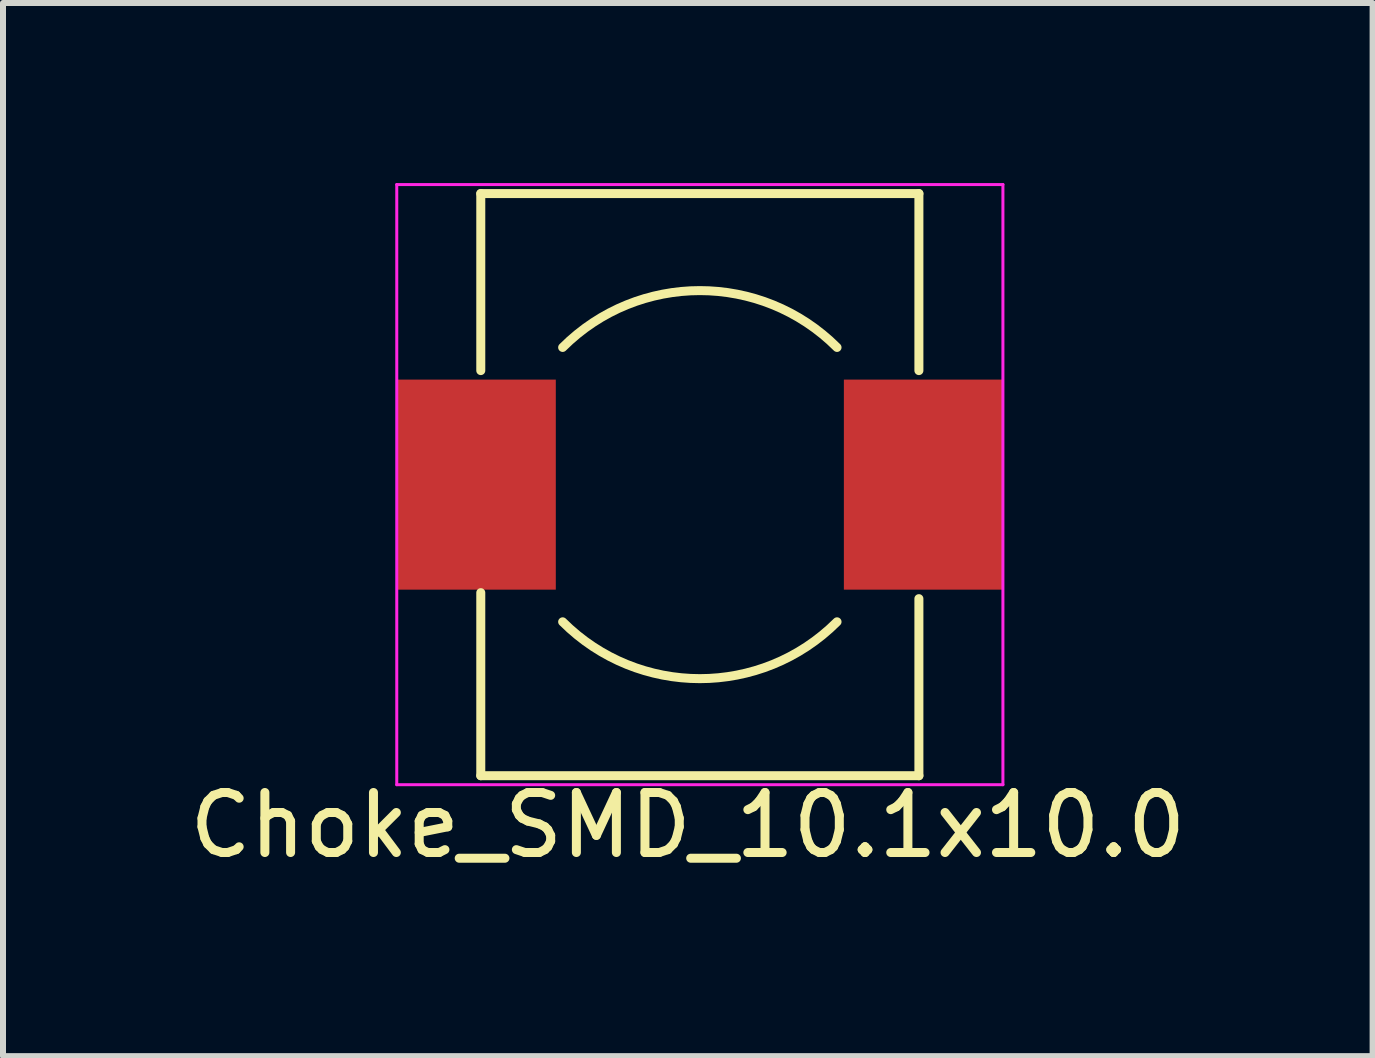
<source format=kicad_pcb>
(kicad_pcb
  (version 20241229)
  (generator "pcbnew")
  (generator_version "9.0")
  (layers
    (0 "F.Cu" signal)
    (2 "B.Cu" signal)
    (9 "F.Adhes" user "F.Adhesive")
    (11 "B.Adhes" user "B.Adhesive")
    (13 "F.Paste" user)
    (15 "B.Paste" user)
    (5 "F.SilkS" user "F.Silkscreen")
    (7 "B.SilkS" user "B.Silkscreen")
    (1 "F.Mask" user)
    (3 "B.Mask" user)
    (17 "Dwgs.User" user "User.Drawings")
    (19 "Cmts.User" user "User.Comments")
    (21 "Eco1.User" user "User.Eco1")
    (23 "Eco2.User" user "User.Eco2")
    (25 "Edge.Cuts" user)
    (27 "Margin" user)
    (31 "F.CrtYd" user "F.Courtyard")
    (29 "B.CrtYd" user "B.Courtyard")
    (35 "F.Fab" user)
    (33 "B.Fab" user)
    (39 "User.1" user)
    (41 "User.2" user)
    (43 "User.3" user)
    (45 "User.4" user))
  (footprint "Choke_SMD_10.1x10.0"
    (layer "F.Cu")
    (at 8.611 5.025)
    (property "Reference" "Choke_SMD_10.1x10.0" (at -0.2 5.675 0) (layer "F.SilkS") (effects (font (size 1 1) (thickness 0.15))))
    (attr smd)
    (fp_line (start -3.65 -1.9) (end -3.65 -4.85) (stroke (width 0.15) (type solid)) (layer "F.SilkS"))
    (fp_line (start -3.65 4.85) (end -3.65 1.8) (stroke (width 0.15) (type solid)) (layer "F.SilkS"))
    (fp_line (start 3.65 -4.85) (end -3.65 -4.85) (stroke (width 0.15) (type solid)) (layer "F.SilkS"))
    (fp_line (start 3.65 -1.9) (end 3.65 -4.85) (stroke (width 0.15) (type solid)) (layer "F.SilkS"))
    (fp_line (start 3.65 1.9) (end 3.65 4.85) (stroke (width 0.15) (type solid)) (layer "F.SilkS"))
    (fp_line (start 3.65 4.85) (end -3.65 4.85) (stroke (width 0.15) (type solid)) (layer "F.SilkS"))
    (fp_arc (start -2.286 -2.286) (mid 0 -3.232892) (end 2.286 -2.286) (stroke (width 0.15) (type solid)) (layer "F.SilkS"))
    (fp_arc (start 2.286 2.286) (mid 0 3.232892) (end -2.286 2.286) (stroke (width 0.15) (type solid)) (layer "F.SilkS"))
    (fp_line (start -5.05 -5) (end -5.05 5) (stroke (width 0.05) (type solid)) (layer "F.CrtYd"))
    (fp_line (start 5.05 -5) (end -5.05 -5) (stroke (width 0.05) (type solid)) (layer "F.CrtYd"))
    (fp_line (start 5.05 5) (end -5.05 5) (stroke (width 0.05) (type solid)) (layer "F.CrtYd"))
    (fp_line (start 5.05 5) (end 5.05 -5) (stroke (width 0.05) (type solid)) (layer "F.CrtYd"))
    (pad "1" smd rect (at -3.725 0) (size 2.65 3.5) (layers "F.Cu" "F.Mask" "F.Paste"))
    (pad "2" smd rect (at 3.725 0) (size 2.65 3.5) (layers "F.Cu" "F.Mask" "F.Paste")))
  (gr_rect
    (start -3 -3)
    (end 19.821 14.548)
    (stroke (width 0.1) (type default))
    (fill no)
    (layer "Edge.Cuts")))
</source>
